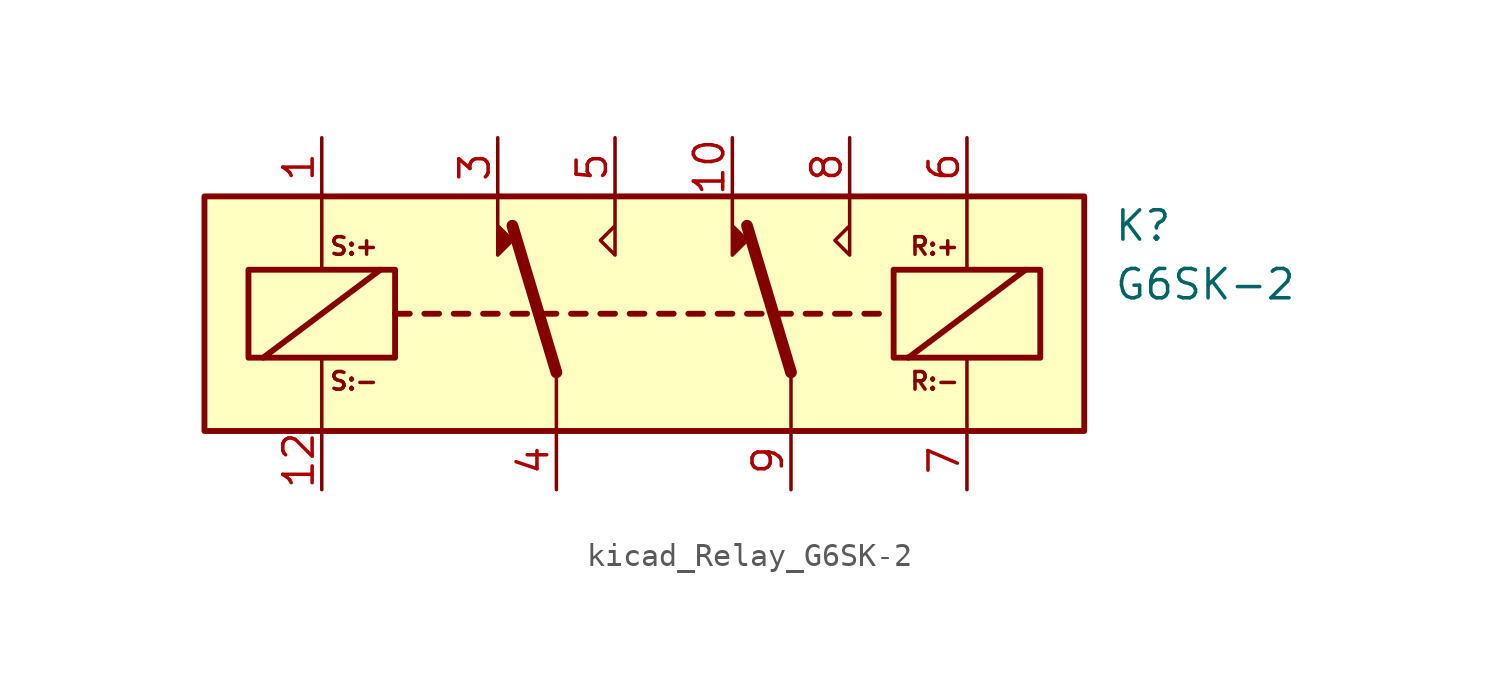
<source format=kicad_sym>
(kicad_symbol_lib
  (version 20220914)
  (generator kicad_symbol_editor)
  (symbol "kicad_Relay_G6SK-2"
    (property "Reference" "K"
      (at 21.59 3.81 0)
      (effects (font (size 1.27 1.27)) (justify left)))
    (property "Value" "G6SK-2"
      (at 21.59 1.27 0)
      (effects (font (size 1.27 1.27)) (justify left)))
    (symbol "kicad_Relay_G6SK-2_0_0"
      (text "R:+" (at 13.843 2.921 0) (effects (font (size 0.762 0.762))))
      (text "R:-" (at 13.843 -2.921 0) (effects (font (size 0.762 0.762))))
      (text "S:+" (at -11.303 2.921 0) (effects (font (size 0.762 0.762))))
      (text "S:-" (at -11.303 -2.921 0) (effects (font (size 0.762 0.762)))))
    (symbol "kicad_Relay_G6SK-2_0_1"
      (rectangle (start -17.78 5.08) (end 20.32 -5.08) (stroke (width 0.254) (type default)) (fill (type background)))
      (rectangle (start -15.875 1.905) (end -9.525 -1.905) (stroke (width 0.254) (type default)) (fill (type none)))
      (polyline (pts (xy -15.24 -1.905) (xy -10.16 1.905)) (stroke (width 0.254) (type default)) (fill (type none)))
      (polyline (pts (xy -12.7 -5.08) (xy -12.7 -1.905)) (stroke (width 0) (type default)) (fill (type none)))
      (polyline (pts (xy -12.7 5.08) (xy -12.7 1.905)) (stroke (width 0) (type default)) (fill (type none)))
      (polyline (pts (xy -9.525 0) (xy -8.89 0)) (stroke (width 0.254) (type default)) (fill (type none)))
      (polyline (pts (xy -8.255 0) (xy -7.62 0)) (stroke (width 0.254) (type default)) (fill (type none)))
      (polyline (pts (xy -6.985 0) (xy -6.35 0)) (stroke (width 0.254) (type default)) (fill (type none)))
      (polyline (pts (xy -5.715 0) (xy -5.08 0)) (stroke (width 0.254) (type default)) (fill (type none)))
      (polyline (pts (xy -4.445 0) (xy -3.81 0)) (stroke (width 0.254) (type default)) (fill (type none)))
      (polyline (pts (xy -3.175 0) (xy -2.54 0)) (stroke (width 0.254) (type default)) (fill (type none)))
      (polyline (pts (xy -2.54 -2.54) (xy -4.445 3.81)) (stroke (width 0.508) (type default)) (fill (type none)))
      (polyline (pts (xy -2.54 -2.54) (xy -2.54 -5.08)) (stroke (width 0) (type default)) (fill (type none)))
      (polyline (pts (xy -1.905 0) (xy -1.27 0)) (stroke (width 0.254) (type default)) (fill (type none)))
      (polyline (pts (xy -0.635 0) (xy 0 0)) (stroke (width 0.254) (type default)) (fill (type none)))
      (polyline (pts (xy 0.635 0) (xy 1.27 0)) (stroke (width 0.254) (type default)) (fill (type none)))
      (polyline (pts (xy 1.905 0) (xy 2.54 0)) (stroke (width 0.254) (type default)) (fill (type none)))
      (polyline (pts (xy 3.175 0) (xy 3.81 0)) (stroke (width 0.254) (type default)) (fill (type none)))
      (polyline (pts (xy 4.445 0) (xy 5.08 0)) (stroke (width 0.254) (type default)) (fill (type none)))
      (polyline (pts (xy 5.715 0) (xy 6.35 0)) (stroke (width 0.254) (type default)) (fill (type none)))
      (polyline (pts (xy 6.985 0) (xy 7.62 0)) (stroke (width 0.254) (type default)) (fill (type none)))
      (polyline (pts (xy 7.62 -2.54) (xy 5.715 3.81)) (stroke (width 0.508) (type default)) (fill (type none)))
      (polyline (pts (xy 7.62 -2.54) (xy 7.62 -5.08)) (stroke (width 0) (type default)) (fill (type none)))
      (polyline (pts (xy 8.255 0) (xy 8.89 0)) (stroke (width 0.254) (type default)) (fill (type none)))
      (polyline (pts (xy 9.525 0) (xy 10.16 0)) (stroke (width 0.254) (type default)) (fill (type none)))
      (polyline (pts (xy 10.795 0) (xy 11.43 0)) (stroke (width 0.254) (type default)) (fill (type none)))
      (polyline (pts (xy 12.7 -1.905) (xy 17.78 1.905)) (stroke (width 0.254) (type default)) (fill (type none)))
      (polyline (pts (xy 15.24 -5.08) (xy 15.24 -1.905)) (stroke (width 0) (type default)) (fill (type none)))
      (polyline (pts (xy 15.24 5.08) (xy 15.24 1.905)) (stroke (width 0) (type default)) (fill (type none)))
      (polyline (pts (xy -5.08 5.08) (xy -5.08 2.54) (xy -4.445 3.175) (xy -5.08 3.81)) (stroke (width 0) (type default)) (fill (type outline)))
      (polyline (pts (xy 0 5.08) (xy 0 2.54) (xy -0.635 3.175) (xy 0 3.81)) (stroke (width 0) (type default)) (fill (type none)))
      (polyline (pts (xy 5.08 5.08) (xy 5.08 2.54) (xy 5.715 3.175) (xy 5.08 3.81)) (stroke (width 0) (type default)) (fill (type outline)))
      (polyline (pts (xy 10.16 5.08) (xy 10.16 2.54) (xy 9.525 3.175) (xy 10.16 3.81)) (stroke (width 0) (type default)) (fill (type none)))
      (rectangle (start 12.065 1.905) (end 18.415 -1.905) (stroke (width 0.254) (type default)) (fill (type none))))
    (symbol "kicad_Relay_G6SK-2_1_1"
      (pin passive line (at -12.7 7.62 270) (length 2.54) (name "~" (effects (font (size 1.27 1.27)))) (number "1" (effects (font (size 1.27 1.27)))))
      (pin passive line (at 5.08 7.62 270) (length 2.54) (name "~" (effects (font (size 1.27 1.27)))) (number "10" (effects (font (size 1.27 1.27)))))
      (pin passive line (at -12.7 -7.62 90) (length 2.54) (name "~" (effects (font (size 1.27 1.27)))) (number "12" (effects (font (size 1.27 1.27)))))
      (pin passive line (at -5.08 7.62 270) (length 2.54) (name "~" (effects (font (size 1.27 1.27)))) (number "3" (effects (font (size 1.27 1.27)))))
      (pin passive line (at -2.54 -7.62 90) (length 2.54) (name "~" (effects (font (size 1.27 1.27)))) (number "4" (effects (font (size 1.27 1.27)))))
      (pin passive line (at 0 7.62 270) (length 2.54) (name "~" (effects (font (size 1.27 1.27)))) (number "5" (effects (font (size 1.27 1.27)))))
      (pin passive line (at 15.24 7.62 270) (length 2.54) (name "~" (effects (font (size 1.27 1.27)))) (number "6" (effects (font (size 1.27 1.27)))))
      (pin passive line (at 15.24 -7.62 90) (length 2.54) (name "~" (effects (font (size 1.27 1.27)))) (number "7" (effects (font (size 1.27 1.27)))))
      (pin passive line (at 10.16 7.62 270) (length 2.54) (name "~" (effects (font (size 1.27 1.27)))) (number "8" (effects (font (size 1.27 1.27)))))
      (pin passive line (at 7.62 -7.62 90) (length 2.54) (name "~" (effects (font (size 1.27 1.27)))) (number "9" (effects (font (size 1.27 1.27))))))))
</source>
